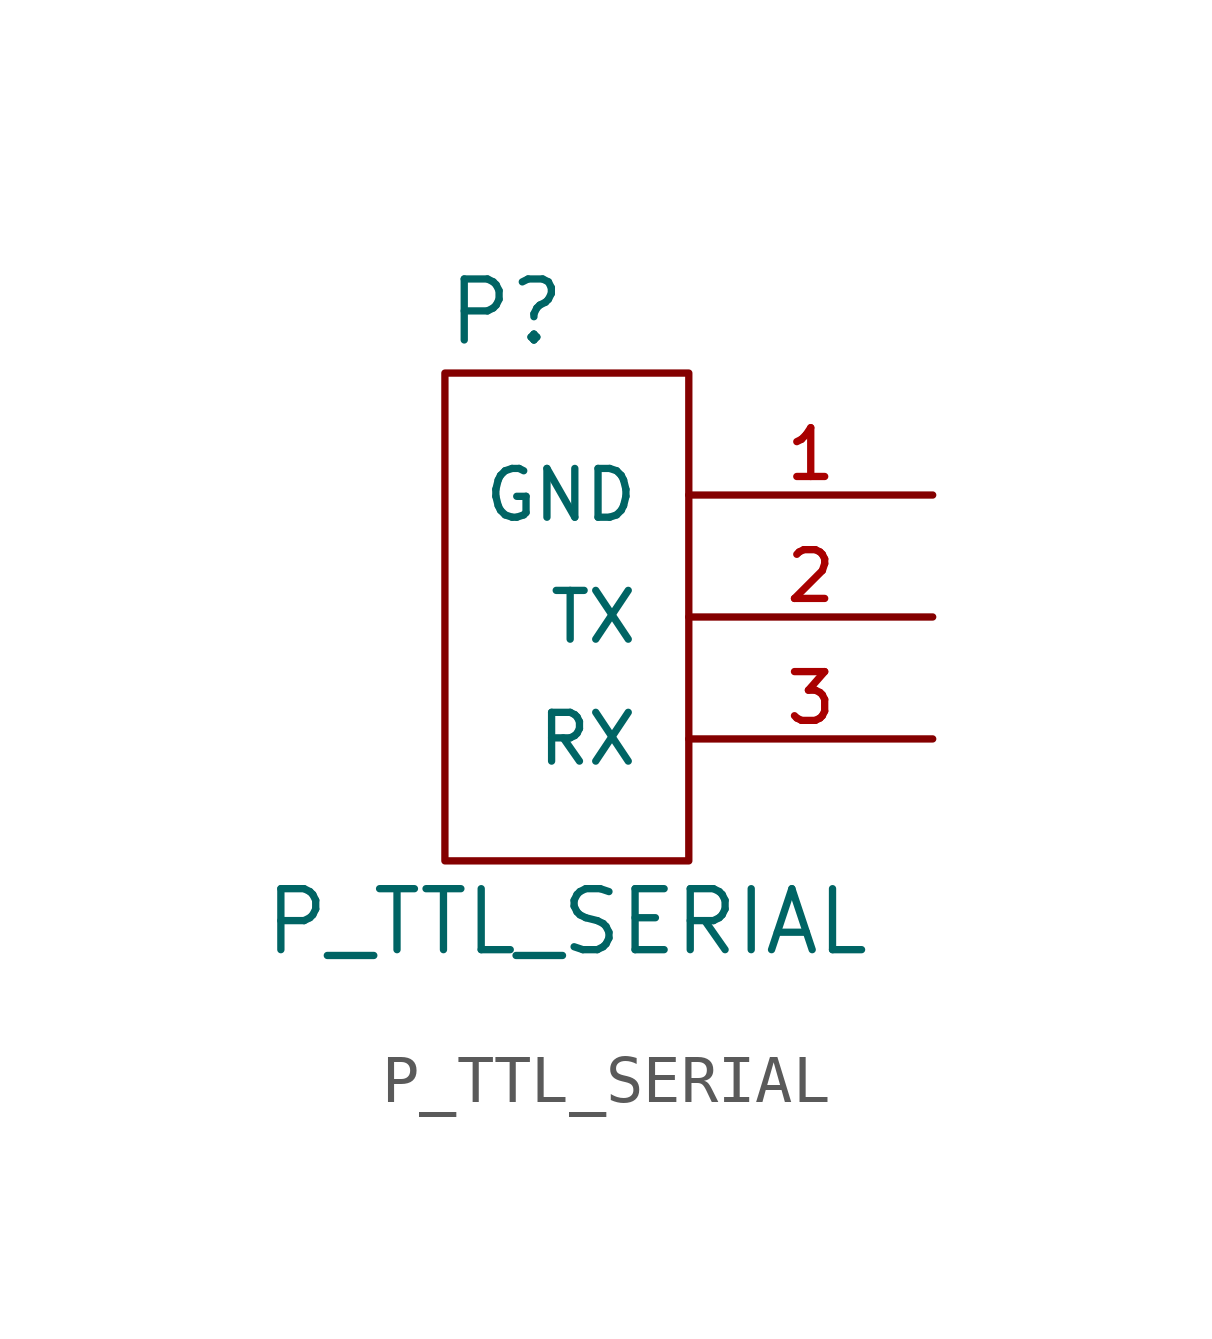
<source format=kicad_sym>
(kicad_symbol_lib
  (version 20211014)
  (generator kicad_symbol_editor)
  (symbol "P_TTL_SERIAL"
    (pin_names
      (offset 1.016))
    (property "Reference" "P"
      (at -2.54 6.35 0)
      (effects (font (size 1.27 1.27)) (justify left)))
    (property "Value" "P_TTL_SERIAL"
      (at 0 -6.35 0)
      (effects (font (size 1.27 1.27))))
    (symbol "P_TTL_SERIAL_1_1"
      (rectangle (start -2.54 5.08) (end 2.54 -5.08) (stroke (width 0) (type default) (color 0 0 0 0)) (fill (type none)))
      (pin passive line (at 7.62 2.54 180) (length 5.08) (name "GND" (effects (font (size 1.016 1.016)))) (number "1" (effects (font (size 1.016 1.016)))))
      (pin passive line (at 7.62 0 180) (length 5.08) (name "TX" (effects (font (size 1.016 1.016)))) (number "2" (effects (font (size 1.016 1.016)))))
      (pin passive line (at 7.62 -2.54 180) (length 5.08) (name "RX" (effects (font (size 1.016 1.016)))) (number "3" (effects (font (size 1.016 1.016))))))))
</source>
